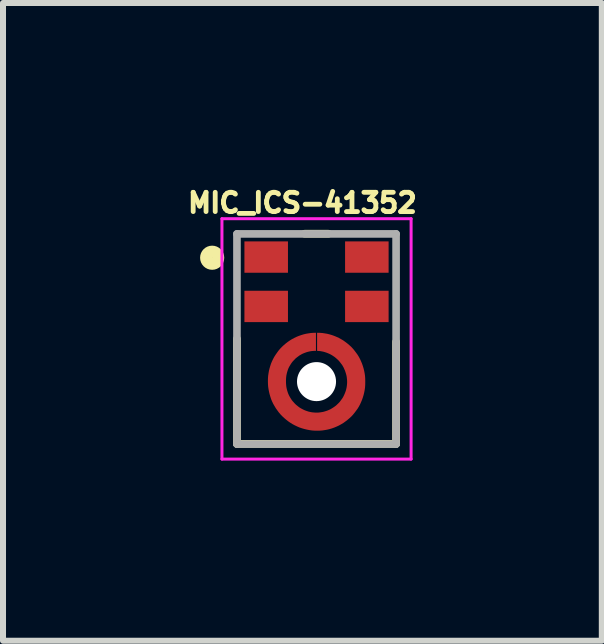
<source format=kicad_pcb>
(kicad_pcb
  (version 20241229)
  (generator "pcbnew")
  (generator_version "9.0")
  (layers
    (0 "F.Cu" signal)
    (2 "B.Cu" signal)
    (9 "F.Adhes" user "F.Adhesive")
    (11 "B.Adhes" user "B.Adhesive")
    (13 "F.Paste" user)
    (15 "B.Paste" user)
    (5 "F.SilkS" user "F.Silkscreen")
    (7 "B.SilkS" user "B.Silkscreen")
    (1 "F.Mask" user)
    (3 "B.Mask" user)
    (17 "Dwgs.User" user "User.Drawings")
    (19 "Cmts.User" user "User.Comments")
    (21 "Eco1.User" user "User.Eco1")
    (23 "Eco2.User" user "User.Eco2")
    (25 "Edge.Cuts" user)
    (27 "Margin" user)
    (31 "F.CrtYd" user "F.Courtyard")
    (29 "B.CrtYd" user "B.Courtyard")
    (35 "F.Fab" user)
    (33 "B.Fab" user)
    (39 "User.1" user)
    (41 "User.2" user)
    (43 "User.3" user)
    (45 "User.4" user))
  (footprint "MIC_ICS-41352"
    (layer "F.Cu")
    (at 2.221 2.592)
    (property "Reference" "MIC_ICS-41352" (at -0.235 -2.263 0) (layer "F.SilkS") (effects (font (size 0.321 0.321) (thickness 0.15))))
    (attr smd)
    (fp_circle (center 0 0.713) (end 0.662 0.713) (stroke (width 0.5) (type solid)) (fill no) (layer "F.Mask"))
    (fp_line (start -1.325 1.75) (end -1.325 0) (stroke (width 0.127) (type solid)) (layer "F.SilkS"))
    (fp_line (start -1.325 1.75) (end 1.325 1.75) (stroke (width 0.127) (type solid)) (layer "F.SilkS"))
    (fp_line (start 0.2 -1.75) (end -0.2 -1.75) (stroke (width 0.127) (type solid)) (layer "F.SilkS"))
    (fp_line (start 1.325 1.75) (end 1.325 0.05) (stroke (width 0.127) (type solid)) (layer "F.SilkS"))
    (fp_circle (center -1.738 -1.35) (end -1.637 -1.35) (stroke (width 0.2) (type solid)) (fill no) (layer "F.SilkS"))
    (fp_poly (pts (xy -0.525 -1.572) (xy -0.525 -1.15) (xy -1.15 -1.15) (xy -1.15 -1.572)) (stroke (width 0.001) (type solid)) (fill yes) (layer "F.Paste"))
    (fp_poly (pts (xy -0.525 -0.75) (xy -0.525 -0.328) (xy -1.15 -0.328) (xy -1.15 -0.75)) (stroke (width 0.001) (type solid)) (fill yes) (layer "F.Paste"))
    (fp_poly (pts (xy 1.15 -1.572) (xy 1.15 -1.15) (xy 0.525 -1.15) (xy 0.525 -1.572)) (stroke (width 0.001) (type solid)) (fill yes) (layer "F.Paste"))
    (fp_poly (pts (xy 1.15 -0.75) (xy 1.15 -0.328) (xy 0.525 -0.328) (xy 0.525 -0.75)) (stroke (width 0.001) (type solid)) (fill yes) (layer "F.Paste"))
    (fp_poly (pts (xy -0.56 0.663) (xy -0.557 0.64) (xy -0.553 0.614) (xy -0.548 0.588) (xy -0.541 0.562) (xy -0.534 0.537) (xy -0.525 0.513) (xy -0.515 0.488) (xy -0.504 0.465) (xy -0.492 0.441) (xy -0.478 0.419) (xy -0.464 0.397) (xy -0.449 0.375) (xy -0.432 0.355) (xy -0.415 0.335) (xy -0.397 0.316) (xy -0.378 0.298) (xy -0.358 0.281) (xy -0.338 0.264) (xy -0.316 0.249) (xy -0.294 0.235) (xy -0.272 0.221) (xy -0.248 0.209) (xy -0.225 0.198) (xy -0.2 0.188) (xy -0.176 0.179) (xy -0.151 0.172) (xy -0.125 0.165) (xy -0.099 0.16) (xy -0.073 0.156) (xy -0.05 0.153) (xy -0.05 -0.097) (xy -0.089 -0.094) (xy -0.127 -0.089) (xy -0.166 -0.082) (xy -0.204 -0.074) (xy -0.242 -0.063) (xy -0.28 -0.051) (xy -0.316 -0.036) (xy -0.352 -0.02) (xy -0.387 -0.003) (xy -0.421 0.017) (xy -0.454 0.038) (xy -0.487 0.06) (xy -0.518 0.085) (xy -0.547 0.11) (xy -0.576 0.137) (xy -0.603 0.166) (xy -0.628 0.195) (xy -0.653 0.226) (xy -0.675 0.259) (xy -0.696 0.292) (xy -0.716 0.326) (xy -0.733 0.361) (xy -0.749 0.397) (xy -0.764 0.433) (xy -0.776 0.471) (xy -0.787 0.509) (xy -0.795 0.547) (xy -0.802 0.586) (xy -0.807 0.624) (xy -0.81 0.663) (xy -0.56 0.663)) (stroke (width 0.001) (type solid)) (fill yes) (layer "F.Paste"))
    (fp_poly (pts (xy -0.05 1.273) (xy -0.073 1.27) (xy -0.099 1.266) (xy -0.125 1.261) (xy -0.151 1.254) (xy -0.176 1.247) (xy -0.2 1.238) (xy -0.225 1.228) (xy -0.248 1.217) (xy -0.272 1.205) (xy -0.294 1.191) (xy -0.316 1.177) (xy -0.338 1.162) (xy -0.358 1.145) (xy -0.378 1.128) (xy -0.397 1.11) (xy -0.415 1.091) (xy -0.432 1.071) (xy -0.449 1.051) (xy -0.464 1.029) (xy -0.478 1.007) (xy -0.492 0.985) (xy -0.504 0.961) (xy -0.515 0.938) (xy -0.525 0.913) (xy -0.534 0.889) (xy -0.541 0.864) (xy -0.548 0.838) (xy -0.553 0.812) (xy -0.557 0.786) (xy -0.56 0.763) (xy -0.81 0.763) (xy -0.807 0.802) (xy -0.802 0.84) (xy -0.795 0.879) (xy -0.787 0.917) (xy -0.776 0.955) (xy -0.764 0.993) (xy -0.749 1.029) (xy -0.733 1.065) (xy -0.716 1.1) (xy -0.696 1.134) (xy -0.675 1.167) (xy -0.653 1.2) (xy -0.628 1.231) (xy -0.603 1.26) (xy -0.576 1.289) (xy -0.547 1.316) (xy -0.518 1.341) (xy -0.487 1.366) (xy -0.454 1.388) (xy -0.421 1.409) (xy -0.387 1.429) (xy -0.352 1.446) (xy -0.316 1.462) (xy -0.28 1.477) (xy -0.242 1.489) (xy -0.204 1.5) (xy -0.166 1.508) (xy -0.127 1.515) (xy -0.089 1.52) (xy -0.05 1.523) (xy -0.05 1.273)) (stroke (width 0.001) (type solid)) (fill yes) (layer "F.Paste"))
    (fp_poly (pts (xy 0.05 0.153) (xy 0.073 0.156) (xy 0.099 0.16) (xy 0.125 0.165) (xy 0.151 0.172) (xy 0.176 0.179) (xy 0.2 0.188) (xy 0.225 0.198) (xy 0.248 0.209) (xy 0.272 0.221) (xy 0.294 0.235) (xy 0.316 0.249) (xy 0.338 0.264) (xy 0.358 0.281) (xy 0.378 0.298) (xy 0.397 0.316) (xy 0.415 0.335) (xy 0.432 0.355) (xy 0.449 0.375) (xy 0.464 0.397) (xy 0.478 0.419) (xy 0.492 0.441) (xy 0.504 0.465) (xy 0.515 0.488) (xy 0.525 0.513) (xy 0.534 0.537) (xy 0.541 0.562) (xy 0.548 0.588) (xy 0.553 0.614) (xy 0.557 0.64) (xy 0.56 0.663) (xy 0.81 0.663) (xy 0.807 0.624) (xy 0.802 0.586) (xy 0.795 0.547) (xy 0.787 0.509) (xy 0.776 0.471) (xy 0.764 0.433) (xy 0.749 0.397) (xy 0.733 0.361) (xy 0.716 0.326) (xy 0.696 0.292) (xy 0.675 0.259) (xy 0.653 0.226) (xy 0.628 0.195) (xy 0.603 0.166) (xy 0.576 0.137) (xy 0.547 0.11) (xy 0.518 0.085) (xy 0.487 0.06) (xy 0.454 0.038) (xy 0.421 0.017) (xy 0.387 -0.003) (xy 0.352 -0.02) (xy 0.316 -0.036) (xy 0.28 -0.051) (xy 0.242 -0.063) (xy 0.204 -0.074) (xy 0.166 -0.082) (xy 0.127 -0.089) (xy 0.089 -0.094) (xy 0.05 -0.097) (xy 0.05 0.153)) (stroke (width 0.001) (type solid)) (fill yes) (layer "F.Paste"))
    (fp_poly (pts (xy 0.56 0.763) (xy 0.557 0.786) (xy 0.553 0.812) (xy 0.548 0.838) (xy 0.541 0.864) (xy 0.534 0.889) (xy 0.525 0.913) (xy 0.515 0.938) (xy 0.504 0.961) (xy 0.492 0.985) (xy 0.478 1.007) (xy 0.464 1.029) (xy 0.449 1.051) (xy 0.432 1.071) (xy 0.415 1.091) (xy 0.397 1.11) (xy 0.378 1.128) (xy 0.358 1.145) (xy 0.338 1.162) (xy 0.316 1.177) (xy 0.294 1.191) (xy 0.272 1.205) (xy 0.248 1.217) (xy 0.225 1.228) (xy 0.2 1.238) (xy 0.176 1.247) (xy 0.151 1.254) (xy 0.125 1.261) (xy 0.099 1.266) (xy 0.073 1.27) (xy 0.05 1.273) (xy 0.05 1.523) (xy 0.089 1.52) (xy 0.127 1.515) (xy 0.166 1.508) (xy 0.204 1.5) (xy 0.242 1.489) (xy 0.28 1.477) (xy 0.316 1.462) (xy 0.352 1.446) (xy 0.387 1.429) (xy 0.421 1.409) (xy 0.454 1.388) (xy 0.487 1.366) (xy 0.518 1.341) (xy 0.547 1.316) (xy 0.576 1.289) (xy 0.603 1.26) (xy 0.628 1.231) (xy 0.653 1.2) (xy 0.675 1.167) (xy 0.696 1.134) (xy 0.716 1.1) (xy 0.733 1.065) (xy 0.749 1.029) (xy 0.764 0.993) (xy 0.776 0.955) (xy 0.787 0.917) (xy 0.795 0.879) (xy 0.802 0.84) (xy 0.807 0.802) (xy 0.81 0.763) (xy 0.56 0.763)) (stroke (width 0.001) (type solid)) (fill yes) (layer "F.Paste"))
    (fp_line (start -1.575 -2) (end 1.575 -2) (stroke (width 0.05) (type solid)) (layer "F.CrtYd"))
    (fp_line (start -1.575 2.003) (end -1.575 -2) (stroke (width 0.05) (type solid)) (layer "F.CrtYd"))
    (fp_line (start 1.575 -2) (end 1.575 2.003) (stroke (width 0.05) (type solid)) (layer "F.CrtYd"))
    (fp_line (start 1.575 2.003) (end -1.575 2.003) (stroke (width 0.05) (type solid)) (layer "F.CrtYd"))
    (fp_line (start -1.325 -1.747) (end 1.325 -1.747) (stroke (width 0.127) (type solid)) (layer "F.Fab"))
    (fp_line (start -1.325 1.753) (end -1.325 -1.747) (stroke (width 0.127) (type solid)) (layer "F.Fab"))
    (fp_line (start 1.325 -1.747) (end 1.325 1.753) (stroke (width 0.127) (type solid)) (layer "F.Fab"))
    (fp_line (start 1.325 1.753) (end -1.325 1.753) (stroke (width 0.127) (type solid)) (layer "F.Fab"))
    (pad "" np_thru_hole circle (at 0 0.713) (size 0.65 0.65) (drill 0.65) (layers "*.Cu" "*.Mask"))
    (pad "1" smd rect (at -0.838 -1.361) (size 0.725 0.522) (layers "F.Cu" "F.Mask"))
    (pad "2" smd rect (at -0.838 -0.539) (size 0.725 0.522) (layers "F.Cu" "F.Mask"))
    (pad "3" smd custom (at -0.015 1.383) (size 0.2 0.2) (layers "F.Cu") (options (anchor rect)) (primitives (gr_poly (pts (xy 0.005 -1.483) (xy 0.005 -1.183) (xy -0.004 -1.183) (xy -0.03 -1.182) (xy -0.056 -1.18) (xy -0.082 -1.177) (xy -0.106 -1.172) (xy -0.132 -1.166) (xy -0.155 -1.159) (xy -0.18 -1.15) (xy -0.203 -1.141) (xy -0.227 -1.13) (xy -0.249 -1.117) (xy -0.272 -1.104) (xy -0.292 -1.089) (xy -0.312 -1.074) (xy -0.333 -1.057) (xy -0.35 -1.039) (xy -0.368 -1.021) (xy -0.386 -1.001) (xy -0.401 -0.981) (xy -0.415 -0.96) (xy -0.428 -0.938) (xy -0.442 -0.915) (xy -0.453 -0.892) (xy -0.462 -0.869) (xy -0.47 -0.844) (xy -0.477 -0.82) (xy -0.483 -0.795) (xy -0.488 -0.77) (xy -0.491 -0.744) (xy -0.493 -0.719) (xy -0.494 -0.693) (xy -0.494 -0.663) (xy -0.493 -0.636) (xy -0.491 -0.61) (xy -0.488 -0.583) (xy -0.483 -0.557) (xy -0.477 -0.531) (xy -0.469 -0.505) (xy -0.461 -0.48) (xy -0.451 -0.456) (xy -0.439 -0.431) (xy -0.426 -0.408) (xy -0.412 -0.385) (xy -0.398 -0.363) (xy -0.381 -0.342) (xy -0.363 -0.322) (xy -0.345 -0.302) (xy -0.326 -0.284) (xy -0.305 -0.267) (xy -0.284 -0.25) (xy -0.263 -0.235) (xy -0.239 -0.221) (xy -0.216 -0.209) (xy -0.192 -0.197) (xy -0.168 -0.187) (xy -0.142 -0.178) (xy -0.117 -0.17) (xy -0.09 -0.164) (xy -0.065 -0.159) (xy -0.037 -0.156) (xy -0.011 -0.154) (xy 0.015 -0.153) (xy 0.046 -0.154) (xy 0.073 -0.157) (xy 0.1 -0.161) (xy 0.127 -0.166) (xy 0.152 -0.173) (xy 0.178 -0.181) (xy 0.203 -0.19) (xy 0.229 -0.201) (xy 0.253 -0.213) (xy 0.276 -0.227) (xy 0.298 -0.241) (xy 0.321 -0.257) (xy 0.342 -0.273) (xy 0.361 -0.291) (xy 0.381 -0.31) (xy 0.4 -0.33) (xy 0.416 -0.351) (xy 0.432 -0.373) (xy 0.448 -0.395) (xy 0.461 -0.418) (xy 0.473 -0.442) (xy 0.484 -0.467) (xy 0.494 -0.492) (xy 0.503 -0.517) (xy 0.51 -0.543) (xy 0.516 -0.57) (xy 0.52 -0.596) (xy 0.523 -0.623) (xy 0.525 -0.65) (xy 0.525 -0.673) (xy 0.524 -0.698) (xy 0.521 -0.725) (xy 0.518 -0.751) (xy 0.513 -0.776) (xy 0.506 -0.802) (xy 0.498 -0.827) (xy 0.49 -0.852) (xy 0.479 -0.876) (xy 0.469 -0.9) (xy 0.456 -0.923) (xy 0.443 -0.946) (xy 0.427 -0.967) (xy 0.411 -0.988) (xy 0.395 -1.008) (xy 0.377 -1.028) (xy 0.357 -1.046) (xy 0.338 -1.063) (xy 0.317 -1.08) (xy 0.295 -1.095) (xy 0.274 -1.109) (xy 0.251 -1.122) (xy 0.227 -1.134) (xy 0.203 -1.144) (xy 0.177 -1.154) (xy 0.152 -1.162) (xy 0.128 -1.169) (xy 0.102 -1.174) (xy 0.075 -1.179) (xy 0.05 -1.181) (xy 0.025 -1.183) (xy 0.025 -1.483) (xy 0.068 -1.482) (xy 0.11 -1.479) (xy 0.15 -1.473) (xy 0.192 -1.466) (xy 0.233 -1.456) (xy 0.273 -1.444) (xy 0.312 -1.43) (xy 0.35 -1.414) (xy 0.389 -1.396) (xy 0.425 -1.376) (xy 0.462 -1.354) (xy 0.495 -1.33) (xy 0.528 -1.305) (xy 0.56 -1.278) (xy 0.592 -1.249) (xy 0.621 -1.218) (xy 0.647 -1.186) (xy 0.672 -1.153) (xy 0.697 -1.119) (xy 0.719 -1.083) (xy 0.739 -1.046) (xy 0.756 -1.008) (xy 0.772 -0.97) (xy 0.786 -0.93) (xy 0.798 -0.89) (xy 0.808 -0.849) (xy 0.816 -0.808) (xy 0.822 -0.767) (xy 0.825 -0.725) (xy 0.826 -0.683) (xy 0.826 -0.653) (xy 0.825 -0.611) (xy 0.822 -0.569) (xy 0.816 -0.528) (xy 0.808 -0.487) (xy 0.798 -0.446) (xy 0.786 -0.406) (xy 0.772 -0.366) (xy 0.756 -0.328) (xy 0.739 -0.29) (xy 0.719 -0.253) (xy 0.697 -0.217) (xy 0.672 -0.183) (xy 0.647 -0.15) (xy 0.621 -0.118) (xy 0.592 -0.087) (xy 0.56 -0.058) (xy 0.528 -0.031) (xy 0.495 -0.006) (xy 0.462 0.018) (xy 0.425 0.04) (xy 0.389 0.06) (xy 0.35 0.078) (xy 0.312 0.094) (xy 0.273 0.108) (xy 0.233 0.12) (xy 0.192 0.13) (xy 0.15 0.137) (xy 0.11 0.143) (xy 0.068 0.146) (xy 0.025 0.147) (xy -0.018 0.146) (xy -0.06 0.143) (xy -0.102 0.137) (xy -0.144 0.129) (xy -0.186 0.119) (xy -0.228 0.107) (xy -0.269 0.093) (xy -0.308 0.076) (xy -0.346 0.058) (xy -0.385 0.037) (xy -0.421 0.015) (xy -0.457 -0.01) (xy -0.49 -0.036) (xy -0.523 -0.064) (xy -0.554 -0.093) (xy -0.584 -0.124) (xy -0.612 -0.157) (xy -0.637 -0.191) (xy -0.662 -0.226) (xy -0.684 -0.263) (xy -0.706 -0.301) (xy -0.724 -0.339) (xy -0.741 -0.379) (xy -0.754 -0.42) (xy -0.766 -0.461) (xy -0.776 -0.503) (xy -0.784 -0.545) (xy -0.79 -0.587) (xy -0.793 -0.63) (xy -0.794 -0.673) (xy -0.794 -0.683) (xy -0.793 -0.725) (xy -0.79 -0.767) (xy -0.784 -0.808) (xy -0.777 -0.849) (xy -0.767 -0.89) (xy -0.755 -0.93) (xy -0.742 -0.97) (xy -0.726 -1.008) (xy -0.708 -1.046) (xy -0.688 -1.083) (xy -0.665 -1.119) (xy -0.641 -1.153) (xy -0.617 -1.186) (xy -0.59 -1.218) (xy -0.56 -1.249) (xy -0.529 -1.278) (xy -0.497 -1.305) (xy -0.465 -1.33) (xy -0.43 -1.354) (xy -0.395 -1.376) (xy -0.357 -1.396) (xy -0.32 -1.414) (xy -0.281 -1.43) (xy -0.241 -1.444) (xy -0.202 -1.456) (xy -0.161 -1.466) (xy -0.119 -1.473) (xy -0.079 -1.479) (xy -0.036 -1.482) (xy 0.005 -1.483)) (width 0.001) (fill yes))))
    (pad "4" smd rect (at 0.838 -0.539) (size 0.725 0.522) (layers "F.Cu" "F.Mask"))
    (pad "5" smd rect (at 0.838 -1.361) (size 0.725 0.522) (layers "F.Cu" "F.Mask")))
  (gr_rect
    (start -3 -3)
    (end 6.972 7.62)
    (stroke (width 0.1) (type default))
    (fill no)
    (layer "Edge.Cuts")))
</source>
